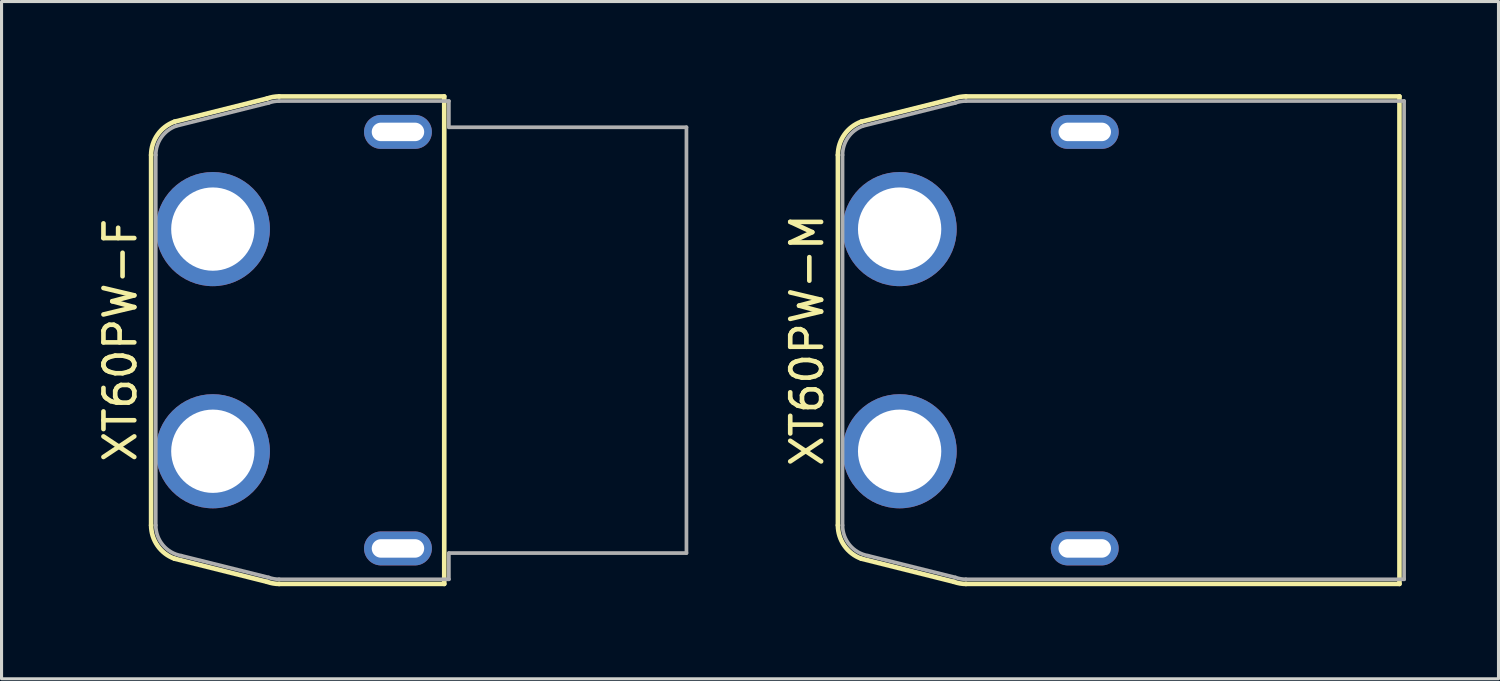
<source format=kicad_pcb>
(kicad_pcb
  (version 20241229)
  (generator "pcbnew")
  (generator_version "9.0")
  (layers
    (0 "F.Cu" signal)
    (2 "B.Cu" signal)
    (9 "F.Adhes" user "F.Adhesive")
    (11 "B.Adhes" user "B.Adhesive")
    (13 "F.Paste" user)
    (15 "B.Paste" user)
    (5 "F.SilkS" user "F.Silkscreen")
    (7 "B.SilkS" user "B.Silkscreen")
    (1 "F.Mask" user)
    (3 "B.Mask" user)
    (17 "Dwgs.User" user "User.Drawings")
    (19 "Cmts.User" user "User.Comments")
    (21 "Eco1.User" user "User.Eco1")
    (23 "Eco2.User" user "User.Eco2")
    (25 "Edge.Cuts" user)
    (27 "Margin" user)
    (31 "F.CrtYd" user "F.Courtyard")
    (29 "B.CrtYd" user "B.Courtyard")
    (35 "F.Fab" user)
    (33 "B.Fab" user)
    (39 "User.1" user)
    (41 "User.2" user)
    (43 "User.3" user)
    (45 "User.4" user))
  (footprint "XT60PW-F"
    (layer "F.Cu")
    (at 3.848 7.975)
    (property "Reference" "XT60PW-F" (at -3 0 90) (layer "F.SilkS") (effects (font (size 1 1) (thickness 0.15))))
    (attr through_hole)
    (fp_line (start -2 -6) (end -2 6) (stroke (width 0.15) (type solid)) (layer "F.SilkS"))
    (fp_line (start -1.243 -7.081) (end 1.757 -7.831) (stroke (width 0.15) (type solid)) (layer "F.SilkS"))
    (fp_line (start -1.243 7.081) (end 1.757 7.831) (stroke (width 0.15) (type solid)) (layer "F.SilkS"))
    (fp_line (start 2.15 -7.9) (end 7.5 -7.9) (stroke (width 0.15) (type solid)) (layer "F.SilkS"))
    (fp_line (start 2.15 7.9) (end 7.5 7.9) (stroke (width 0.15) (type solid)) (layer "F.SilkS"))
    (fp_line (start 7.5 -7.9) (end 7.5 7.9) (stroke (width 0.15) (type solid)) (layer "F.SilkS"))
    (fp_arc (start -2 -6) (mid -1.792025 -6.659613) (end -1.243323 -7.080647) (stroke (width 0.15) (type solid)) (layer "F.SilkS"))
    (fp_arc (start -1.243323 7.080647) (mid -1.792025 6.659613) (end -2 6) (stroke (width 0.15) (type solid)) (layer "F.SilkS"))
    (fp_arc (start 1.756677 -7.830647) (mid 1.950305 -7.882529) (end 2.15 -7.9) (stroke (width 0.15) (type solid)) (layer "F.SilkS"))
    (fp_arc (start 2.15 7.9) (mid 1.950305 7.882529) (end 1.756677 7.830647) (stroke (width 0.15) (type solid)) (layer "F.SilkS"))
    (fp_line (start -1.85 -6) (end -1.85 6) (stroke (width 0.12) (type solid)) (layer "F.Fab"))
    (fp_line (start -1.024 6.985) (end 1.808 7.69) (stroke (width 0.12) (type solid)) (layer "F.Fab"))
    (fp_line (start 1.808 -7.69) (end -1.192 -6.94) (stroke (width 0.12) (type solid)) (layer "F.Fab"))
    (fp_line (start 2.15 -7.75) (end 7.65 -7.75) (stroke (width 0.12) (type solid)) (layer "F.Fab"))
    (fp_line (start 2.15 7.75) (end 7.65 7.75) (stroke (width 0.12) (type solid)) (layer "F.Fab"))
    (fp_line (start 7.65 -6.9) (end 7.65 -7.75) (stroke (width 0.12) (type solid)) (layer "F.Fab"))
    (fp_line (start 7.65 -6.9) (end 15.35 -6.9) (stroke (width 0.12) (type solid)) (layer "F.Fab"))
    (fp_line (start 7.65 6.9) (end 15.35 6.9) (stroke (width 0.12) (type solid)) (layer "F.Fab"))
    (fp_line (start 7.65 7.75) (end 7.65 6.9) (stroke (width 0.12) (type solid)) (layer "F.Fab"))
    (fp_line (start 15.35 6.9) (end 15.35 -6.9) (stroke (width 0.12) (type solid)) (layer "F.Fab"))
    (fp_arc (start -1.85 -6) (mid -1.669152 -6.573577) (end -1.19202 -6.939693) (stroke (width 0.12) (type solid)) (layer "F.Fab"))
    (fp_arc (start -1.023648 6.984808) (mid -1.616045 6.642788) (end -1.85 6) (stroke (width 0.12) (type solid)) (layer "F.Fab"))
    (fp_arc (start 1.80798 -7.689693) (mid 1.976352 -7.734808) (end 2.15 -7.75) (stroke (width 0.12) (type solid)) (layer "F.Fab"))
    (fp_arc (start 2.15 7.75) (mid 1.976352 7.734808) (end 1.80798 7.689693) (stroke (width 0.12) (type solid)) (layer "F.Fab"))
    (pad "1" thru_hole circle (at 0 -3.6) (size 3.7 3.7) (drill 2.7) (layers "*.Cu" "*.Mask"))
    (pad "2" thru_hole circle (at 0 3.6) (size 3.7 3.7) (drill 2.7) (layers "*.Cu" "*.Mask"))
    (pad "MP" thru_hole oval (at 6 -6.75) (size 2.2 1.1) (drill oval 1.7 0.6) (layers "*.Cu" "*.Mask"))
    (pad "MP" thru_hole oval (at 6 6.75) (size 2.2 1.1) (drill oval 1.7 0.6) (layers "*.Cu" "*.Mask")))
  (footprint "XT60PW-M"
    (layer "F.Cu")
    (at 26.107 7.975)
    (property "Reference" "XT60PW-M" (at -3 0 90) (layer "F.SilkS") (effects (font (size 1 1) (thickness 0.15))))
    (attr through_hole)
    (fp_line (start -2 -6) (end -2 6) (stroke (width 0.15) (type solid)) (layer "F.SilkS"))
    (fp_line (start -1.243 -7.081) (end 1.757 -7.831) (stroke (width 0.15) (type solid)) (layer "F.SilkS"))
    (fp_line (start -1.243 7.081) (end 1.757 7.831) (stroke (width 0.15) (type solid)) (layer "F.SilkS"))
    (fp_line (start 2.15 -7.9) (end 16.2 -7.9) (stroke (width 0.15) (type solid)) (layer "F.SilkS"))
    (fp_line (start 2.15 7.9) (end 16.2 7.9) (stroke (width 0.15) (type solid)) (layer "F.SilkS"))
    (fp_line (start 16.2 -7.9) (end 16.2 7.9) (stroke (width 0.15) (type solid)) (layer "F.SilkS"))
    (fp_arc (start -2 -6) (mid -1.792025 -6.659613) (end -1.243323 -7.080647) (stroke (width 0.15) (type solid)) (layer "F.SilkS"))
    (fp_arc (start -1.243323 7.080647) (mid -1.792025 6.659613) (end -2 6) (stroke (width 0.15) (type solid)) (layer "F.SilkS"))
    (fp_arc (start 1.756677 -7.830647) (mid 1.950305 -7.882529) (end 2.15 -7.9) (stroke (width 0.15) (type solid)) (layer "F.SilkS"))
    (fp_arc (start 2.15 7.9) (mid 1.950305 7.882529) (end 1.756677 7.830647) (stroke (width 0.15) (type solid)) (layer "F.SilkS"))
    (fp_line (start -1.85 -6) (end -1.85 6) (stroke (width 0.12) (type solid)) (layer "F.Fab"))
    (fp_line (start -1.024 6.985) (end 1.808 7.69) (stroke (width 0.12) (type solid)) (layer "F.Fab"))
    (fp_line (start 1.808 -7.69) (end -1.192 -6.94) (stroke (width 0.12) (type solid)) (layer "F.Fab"))
    (fp_line (start 2.15 -7.75) (end 16.35 -7.75) (stroke (width 0.12) (type solid)) (layer "F.Fab"))
    (fp_line (start 2.15 7.75) (end 16.35 7.75) (stroke (width 0.12) (type solid)) (layer "F.Fab"))
    (fp_line (start 16.35 7.75) (end 16.35 -7.75) (stroke (width 0.12) (type solid)) (layer "F.Fab"))
    (fp_arc (start -1.85 -6) (mid -1.669152 -6.573577) (end -1.19202 -6.939693) (stroke (width 0.12) (type solid)) (layer "F.Fab"))
    (fp_arc (start -1.023648 6.984808) (mid -1.616045 6.642788) (end -1.85 6) (stroke (width 0.12) (type solid)) (layer "F.Fab"))
    (fp_arc (start 1.80798 -7.689693) (mid 1.976352 -7.734808) (end 2.15 -7.75) (stroke (width 0.12) (type solid)) (layer "F.Fab"))
    (fp_arc (start 2.15 7.75) (mid 1.976352 7.734808) (end 1.80798 7.689693) (stroke (width 0.12) (type solid)) (layer "F.Fab"))
    (pad "1" thru_hole circle (at 0 3.6) (size 3.7 3.7) (drill 2.7) (layers "*.Cu" "*.Mask"))
    (pad "2" thru_hole circle (at 0 -3.6) (size 3.7 3.7) (drill 2.7) (layers "*.Cu" "*.Mask"))
    (pad "MP" thru_hole oval (at 6 -6.75) (size 2.2 1.1) (drill oval 1.7 0.6) (layers "*.Cu" "*.Mask"))
    (pad "MP" thru_hole oval (at 6 6.75) (size 2.2 1.1) (drill oval 1.7 0.6) (layers "*.Cu" "*.Mask")))
  (gr_rect
    (start -3 -3)
    (end 45.517 18.95)
    (stroke (width 0.1) (type default))
    (fill no)
    (layer "Edge.Cuts")))
</source>
